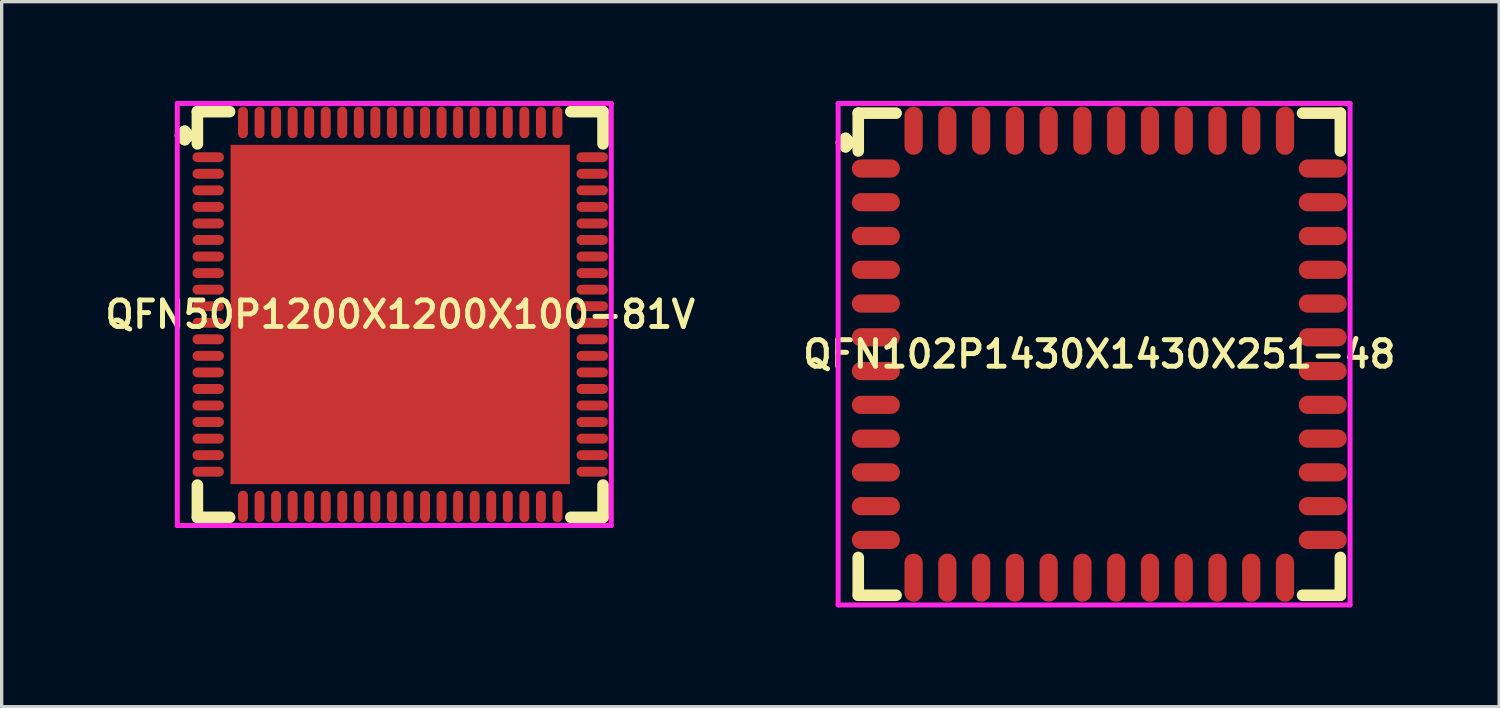
<source format=kicad_pcb>
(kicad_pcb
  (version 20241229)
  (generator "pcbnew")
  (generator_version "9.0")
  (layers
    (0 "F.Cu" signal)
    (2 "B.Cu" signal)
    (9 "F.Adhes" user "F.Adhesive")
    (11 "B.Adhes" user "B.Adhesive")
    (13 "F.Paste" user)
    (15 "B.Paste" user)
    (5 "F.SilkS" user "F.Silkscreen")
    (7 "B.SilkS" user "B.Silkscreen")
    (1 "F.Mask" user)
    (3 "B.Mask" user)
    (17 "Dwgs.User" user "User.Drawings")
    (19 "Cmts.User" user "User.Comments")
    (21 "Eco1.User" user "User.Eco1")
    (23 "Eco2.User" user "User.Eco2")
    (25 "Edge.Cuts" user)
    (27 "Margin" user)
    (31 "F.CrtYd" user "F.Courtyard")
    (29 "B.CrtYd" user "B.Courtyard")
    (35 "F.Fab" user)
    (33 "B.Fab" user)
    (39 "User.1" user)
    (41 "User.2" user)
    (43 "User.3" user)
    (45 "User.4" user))
  (footprint "QFN102P1430X1430X251-48"
    (layer "F.Cu")
    (at 30.159 7.65)
    (property "Reference" "QFN102P1430X1430X251-48" (at 0 0 0) (layer "F.SilkS") (effects (font (size 0.8 0.8) (thickness 0.15))))
    (attr smd)
    (fp_line (start -7.79 -6.393) (end -7.663 -6.52) (stroke (width 0.35) (type solid)) (layer "F.SilkS"))
    (fp_line (start -7.663 -6.52) (end -7.536 -6.393) (stroke (width 0.35) (type solid)) (layer "F.SilkS"))
    (fp_line (start -7.663 -6.266) (end -7.79 -6.393) (stroke (width 0.35) (type solid)) (layer "F.SilkS"))
    (fp_line (start -7.536 -6.393) (end -7.663 -6.266) (stroke (width 0.35) (type solid)) (layer "F.SilkS"))
    (fp_line (start -7.282 -7.282) (end -6.139 -7.282) (stroke (width 0.35) (type solid)) (layer "F.SilkS"))
    (fp_line (start -7.282 -6.139) (end -7.282 -7.282) (stroke (width 0.35) (type solid)) (layer "F.SilkS"))
    (fp_line (start -7.282 6.139) (end -7.282 7.282) (stroke (width 0.35) (type solid)) (layer "F.SilkS"))
    (fp_line (start -7.282 7.282) (end -6.139 7.282) (stroke (width 0.35) (type solid)) (layer "F.SilkS"))
    (fp_line (start 6.139 -7.282) (end 7.282 -7.282) (stroke (width 0.35) (type solid)) (layer "F.SilkS"))
    (fp_line (start 6.139 7.282) (end 7.282 7.282) (stroke (width 0.35) (type solid)) (layer "F.SilkS"))
    (fp_line (start 7.282 -7.282) (end 7.282 -6.139) (stroke (width 0.35) (type solid)) (layer "F.SilkS"))
    (fp_line (start 7.282 7.282) (end 7.282 6.139) (stroke (width 0.35) (type solid)) (layer "F.SilkS"))
    (fp_line (start -7.89 -7.575) (end 7.575 -7.575) (stroke (width 0.15) (type solid)) (layer "F.CrtYd"))
    (fp_line (start -7.89 7.575) (end -7.89 -7.575) (stroke (width 0.15) (type solid)) (layer "F.CrtYd"))
    (fp_line (start 7.575 -7.575) (end 7.575 7.575) (stroke (width 0.15) (type solid)) (layer "F.CrtYd"))
    (fp_line (start 7.575 7.575) (end -7.89 7.575) (stroke (width 0.15) (type solid)) (layer "F.CrtYd"))
    (pad "1" smd oval (at -6.75 -5.61) (size 1.45 0.55) (layers "F.Cu" "F.Mask" "F.Paste"))
    (pad "2" smd oval (at -6.75 -4.59) (size 1.45 0.55) (layers "F.Cu" "F.Mask" "F.Paste"))
    (pad "3" smd oval (at -6.75 -3.57) (size 1.45 0.55) (layers "F.Cu" "F.Mask" "F.Paste"))
    (pad "4" smd oval (at -6.75 -2.55) (size 1.45 0.55) (layers "F.Cu" "F.Mask" "F.Paste"))
    (pad "5" smd oval (at -6.75 -1.53) (size 1.45 0.55) (layers "F.Cu" "F.Mask" "F.Paste"))
    (pad "6" smd oval (at -6.75 -0.51) (size 1.45 0.55) (layers "F.Cu" "F.Mask" "F.Paste"))
    (pad "7" smd oval (at -6.75 0.51) (size 1.45 0.55) (layers "F.Cu" "F.Mask" "F.Paste"))
    (pad "8" smd oval (at -6.75 1.53) (size 1.45 0.55) (layers "F.Cu" "F.Mask" "F.Paste"))
    (pad "9" smd oval (at -6.75 2.55) (size 1.45 0.55) (layers "F.Cu" "F.Mask" "F.Paste"))
    (pad "10" smd oval (at -6.75 3.57) (size 1.45 0.55) (layers "F.Cu" "F.Mask" "F.Paste"))
    (pad "11" smd oval (at -6.75 4.59) (size 1.45 0.55) (layers "F.Cu" "F.Mask" "F.Paste"))
    (pad "12" smd oval (at -6.75 5.61) (size 1.45 0.55) (layers "F.Cu" "F.Mask" "F.Paste"))
    (pad "13" smd oval (at -5.61 6.75) (size 0.55 1.45) (layers "F.Cu" "F.Mask" "F.Paste"))
    (pad "14" smd oval (at -4.59 6.75) (size 0.55 1.45) (layers "F.Cu" "F.Mask" "F.Paste"))
    (pad "15" smd oval (at -3.57 6.75) (size 0.55 1.45) (layers "F.Cu" "F.Mask" "F.Paste"))
    (pad "16" smd oval (at -2.55 6.75) (size 0.55 1.45) (layers "F.Cu" "F.Mask" "F.Paste"))
    (pad "17" smd oval (at -1.53 6.75) (size 0.55 1.45) (layers "F.Cu" "F.Mask" "F.Paste"))
    (pad "18" smd oval (at -0.51 6.75) (size 0.55 1.45) (layers "F.Cu" "F.Mask" "F.Paste"))
    (pad "19" smd oval (at 0.51 6.75) (size 0.55 1.45) (layers "F.Cu" "F.Mask" "F.Paste"))
    (pad "20" smd oval (at 1.53 6.75) (size 0.55 1.45) (layers "F.Cu" "F.Mask" "F.Paste"))
    (pad "21" smd oval (at 2.55 6.75) (size 0.55 1.45) (layers "F.Cu" "F.Mask" "F.Paste"))
    (pad "22" smd oval (at 3.57 6.75) (size 0.55 1.45) (layers "F.Cu" "F.Mask" "F.Paste"))
    (pad "23" smd oval (at 4.59 6.75) (size 0.55 1.45) (layers "F.Cu" "F.Mask" "F.Paste"))
    (pad "24" smd oval (at 5.61 6.75) (size 0.55 1.45) (layers "F.Cu" "F.Mask" "F.Paste"))
    (pad "25" smd oval (at 6.75 5.61) (size 1.45 0.55) (layers "F.Cu" "F.Mask" "F.Paste"))
    (pad "26" smd oval (at 6.75 4.59) (size 1.45 0.55) (layers "F.Cu" "F.Mask" "F.Paste"))
    (pad "27" smd oval (at 6.75 3.57) (size 1.45 0.55) (layers "F.Cu" "F.Mask" "F.Paste"))
    (pad "28" smd oval (at 6.75 2.55) (size 1.45 0.55) (layers "F.Cu" "F.Mask" "F.Paste"))
    (pad "29" smd oval (at 6.75 1.53) (size 1.45 0.55) (layers "F.Cu" "F.Mask" "F.Paste"))
    (pad "30" smd oval (at 6.75 0.51) (size 1.45 0.55) (layers "F.Cu" "F.Mask" "F.Paste"))
    (pad "31" smd oval (at 6.75 -0.51) (size 1.45 0.55) (layers "F.Cu" "F.Mask" "F.Paste"))
    (pad "32" smd oval (at 6.75 -1.53) (size 1.45 0.55) (layers "F.Cu" "F.Mask" "F.Paste"))
    (pad "33" smd oval (at 6.75 -2.55) (size 1.45 0.55) (layers "F.Cu" "F.Mask" "F.Paste"))
    (pad "34" smd oval (at 6.75 -3.57) (size 1.45 0.55) (layers "F.Cu" "F.Mask" "F.Paste"))
    (pad "35" smd oval (at 6.75 -4.59) (size 1.45 0.55) (layers "F.Cu" "F.Mask" "F.Paste"))
    (pad "36" smd oval (at 6.75 -5.61) (size 1.45 0.55) (layers "F.Cu" "F.Mask" "F.Paste"))
    (pad "37" smd oval (at 5.61 -6.75) (size 0.55 1.45) (layers "F.Cu" "F.Mask" "F.Paste"))
    (pad "38" smd oval (at 4.59 -6.75) (size 0.55 1.45) (layers "F.Cu" "F.Mask" "F.Paste"))
    (pad "39" smd oval (at 3.57 -6.75) (size 0.55 1.45) (layers "F.Cu" "F.Mask" "F.Paste"))
    (pad "40" smd oval (at 2.55 -6.75) (size 0.55 1.45) (layers "F.Cu" "F.Mask" "F.Paste"))
    (pad "41" smd oval (at 1.53 -6.75) (size 0.55 1.45) (layers "F.Cu" "F.Mask" "F.Paste"))
    (pad "42" smd oval (at 0.51 -6.75) (size 0.55 1.45) (layers "F.Cu" "F.Mask" "F.Paste"))
    (pad "43" smd oval (at -0.51 -6.75) (size 0.55 1.45) (layers "F.Cu" "F.Mask" "F.Paste"))
    (pad "44" smd oval (at -1.53 -6.75) (size 0.55 1.45) (layers "F.Cu" "F.Mask" "F.Paste"))
    (pad "45" smd oval (at -2.55 -6.75) (size 0.55 1.45) (layers "F.Cu" "F.Mask" "F.Paste"))
    (pad "46" smd oval (at -3.57 -6.75) (size 0.55 1.45) (layers "F.Cu" "F.Mask" "F.Paste"))
    (pad "47" smd oval (at -4.59 -6.75) (size 0.55 1.45) (layers "F.Cu" "F.Mask" "F.Paste"))
    (pad "48" smd oval (at -5.61 -6.75) (size 0.55 1.45) (layers "F.Cu" "F.Mask" "F.Paste")))
  (footprint "QFN50P1200X1200X100-81V"
    (layer "F.Cu")
    (at 9.04 6.45)
    (property "Reference" "QFN50P1200X1200X100-81V" (at 0 0 0) (layer "F.SilkS") (effects (font (size 0.8 0.8) (thickness 0.15))))
    (attr smd)
    (fp_line (start -6.635 -5.408) (end -6.508 -5.535) (stroke (width 0.35) (type solid)) (layer "F.SilkS"))
    (fp_line (start -6.508 -5.535) (end -6.381 -5.408) (stroke (width 0.35) (type solid)) (layer "F.SilkS"))
    (fp_line (start -6.508 -5.281) (end -6.635 -5.408) (stroke (width 0.35) (type solid)) (layer "F.SilkS"))
    (fp_line (start -6.381 -5.408) (end -6.508 -5.281) (stroke (width 0.35) (type solid)) (layer "F.SilkS"))
    (fp_line (start -6.127 -6.127) (end -5.154 -6.127) (stroke (width 0.35) (type solid)) (layer "F.SilkS"))
    (fp_line (start -6.127 -5.154) (end -6.127 -6.127) (stroke (width 0.35) (type solid)) (layer "F.SilkS"))
    (fp_line (start -6.127 5.154) (end -6.127 6.127) (stroke (width 0.35) (type solid)) (layer "F.SilkS"))
    (fp_line (start -6.127 6.127) (end -5.154 6.127) (stroke (width 0.35) (type solid)) (layer "F.SilkS"))
    (fp_line (start 5.154 -6.127) (end 6.127 -6.127) (stroke (width 0.35) (type solid)) (layer "F.SilkS"))
    (fp_line (start 5.154 6.127) (end 6.127 6.127) (stroke (width 0.35) (type solid)) (layer "F.SilkS"))
    (fp_line (start 6.127 -6.127) (end 6.127 -5.154) (stroke (width 0.35) (type solid)) (layer "F.SilkS"))
    (fp_line (start 6.127 6.127) (end 6.127 5.154) (stroke (width 0.35) (type solid)) (layer "F.SilkS"))
    (fp_line (start -6.735 -6.375) (end 6.375 -6.375) (stroke (width 0.15) (type solid)) (layer "F.CrtYd"))
    (fp_line (start -6.735 6.375) (end -6.735 -6.375) (stroke (width 0.15) (type solid)) (layer "F.CrtYd"))
    (fp_line (start 6.375 -6.375) (end 6.375 6.375) (stroke (width 0.15) (type solid)) (layer "F.CrtYd"))
    (fp_line (start 6.375 6.375) (end -6.735 6.375) (stroke (width 0.15) (type solid)) (layer "F.CrtYd"))
    (pad "1" smd oval (at -5.8 -4.75) (size 0.95 0.3) (layers "F.Cu" "F.Mask" "F.Paste"))
    (pad "2" smd oval (at -5.8 -4.25) (size 0.95 0.3) (layers "F.Cu" "F.Mask" "F.Paste"))
    (pad "3" smd oval (at -5.8 -3.75) (size 0.95 0.3) (layers "F.Cu" "F.Mask" "F.Paste"))
    (pad "4" smd oval (at -5.8 -3.25) (size 0.95 0.3) (layers "F.Cu" "F.Mask" "F.Paste"))
    (pad "5" smd oval (at -5.8 -2.75) (size 0.95 0.3) (layers "F.Cu" "F.Mask" "F.Paste"))
    (pad "6" smd oval (at -5.8 -2.25) (size 0.95 0.3) (layers "F.Cu" "F.Mask" "F.Paste"))
    (pad "7" smd oval (at -5.8 -1.75) (size 0.95 0.3) (layers "F.Cu" "F.Mask" "F.Paste"))
    (pad "8" smd oval (at -5.8 -1.25) (size 0.95 0.3) (layers "F.Cu" "F.Mask" "F.Paste"))
    (pad "9" smd oval (at -5.8 -0.75) (size 0.95 0.3) (layers "F.Cu" "F.Mask" "F.Paste"))
    (pad "10" smd oval (at -5.8 -0.25) (size 0.95 0.3) (layers "F.Cu" "F.Mask" "F.Paste"))
    (pad "11" smd oval (at -5.8 0.25) (size 0.95 0.3) (layers "F.Cu" "F.Mask" "F.Paste"))
    (pad "12" smd oval (at -5.8 0.75) (size 0.95 0.3) (layers "F.Cu" "F.Mask" "F.Paste"))
    (pad "13" smd oval (at -5.8 1.25) (size 0.95 0.3) (layers "F.Cu" "F.Mask" "F.Paste"))
    (pad "14" smd oval (at -5.8 1.75) (size 0.95 0.3) (layers "F.Cu" "F.Mask" "F.Paste"))
    (pad "15" smd oval (at -5.8 2.25) (size 0.95 0.3) (layers "F.Cu" "F.Mask" "F.Paste"))
    (pad "16" smd oval (at -5.8 2.75) (size 0.95 0.3) (layers "F.Cu" "F.Mask" "F.Paste"))
    (pad "17" smd oval (at -5.8 3.25) (size 0.95 0.3) (layers "F.Cu" "F.Mask" "F.Paste"))
    (pad "18" smd oval (at -5.8 3.75) (size 0.95 0.3) (layers "F.Cu" "F.Mask" "F.Paste"))
    (pad "19" smd oval (at -5.8 4.25) (size 0.95 0.3) (layers "F.Cu" "F.Mask" "F.Paste"))
    (pad "20" smd oval (at -5.8 4.75) (size 0.95 0.3) (layers "F.Cu" "F.Mask" "F.Paste"))
    (pad "21" smd oval (at -4.75 5.8) (size 0.3 0.95) (layers "F.Cu" "F.Mask" "F.Paste"))
    (pad "22" smd oval (at -4.25 5.8) (size 0.3 0.95) (layers "F.Cu" "F.Mask" "F.Paste"))
    (pad "23" smd oval (at -3.75 5.8) (size 0.3 0.95) (layers "F.Cu" "F.Mask" "F.Paste"))
    (pad "24" smd oval (at -3.25 5.8) (size 0.3 0.95) (layers "F.Cu" "F.Mask" "F.Paste"))
    (pad "25" smd oval (at -2.75 5.8) (size 0.3 0.95) (layers "F.Cu" "F.Mask" "F.Paste"))
    (pad "26" smd oval (at -2.25 5.8) (size 0.3 0.95) (layers "F.Cu" "F.Mask" "F.Paste"))
    (pad "27" smd oval (at -1.75 5.8) (size 0.3 0.95) (layers "F.Cu" "F.Mask" "F.Paste"))
    (pad "28" smd oval (at -1.25 5.8) (size 0.3 0.95) (layers "F.Cu" "F.Mask" "F.Paste"))
    (pad "29" smd oval (at -0.75 5.8) (size 0.3 0.95) (layers "F.Cu" "F.Mask" "F.Paste"))
    (pad "30" smd oval (at -0.25 5.8) (size 0.3 0.95) (layers "F.Cu" "F.Mask" "F.Paste"))
    (pad "31" smd oval (at 0.25 5.8) (size 0.3 0.95) (layers "F.Cu" "F.Mask" "F.Paste"))
    (pad "32" smd oval (at 0.75 5.8) (size 0.3 0.95) (layers "F.Cu" "F.Mask" "F.Paste"))
    (pad "33" smd oval (at 1.25 5.8) (size 0.3 0.95) (layers "F.Cu" "F.Mask" "F.Paste"))
    (pad "34" smd oval (at 1.75 5.8) (size 0.3 0.95) (layers "F.Cu" "F.Mask" "F.Paste"))
    (pad "35" smd oval (at 2.25 5.8) (size 0.3 0.95) (layers "F.Cu" "F.Mask" "F.Paste"))
    (pad "36" smd oval (at 2.75 5.8) (size 0.3 0.95) (layers "F.Cu" "F.Mask" "F.Paste"))
    (pad "37" smd oval (at 3.25 5.8) (size 0.3 0.95) (layers "F.Cu" "F.Mask" "F.Paste"))
    (pad "38" smd oval (at 3.75 5.8) (size 0.3 0.95) (layers "F.Cu" "F.Mask" "F.Paste"))
    (pad "39" smd oval (at 4.25 5.8) (size 0.3 0.95) (layers "F.Cu" "F.Mask" "F.Paste"))
    (pad "40" smd oval (at 4.75 5.8) (size 0.3 0.95) (layers "F.Cu" "F.Mask" "F.Paste"))
    (pad "41" smd oval (at 5.8 4.75) (size 0.95 0.3) (layers "F.Cu" "F.Mask" "F.Paste"))
    (pad "42" smd oval (at 5.8 4.25) (size 0.95 0.3) (layers "F.Cu" "F.Mask" "F.Paste"))
    (pad "43" smd oval (at 5.8 3.75) (size 0.95 0.3) (layers "F.Cu" "F.Mask" "F.Paste"))
    (pad "44" smd oval (at 5.8 3.25) (size 0.95 0.3) (layers "F.Cu" "F.Mask" "F.Paste"))
    (pad "45" smd oval (at 5.8 2.75) (size 0.95 0.3) (layers "F.Cu" "F.Mask" "F.Paste"))
    (pad "46" smd oval (at 5.8 2.25) (size 0.95 0.3) (layers "F.Cu" "F.Mask" "F.Paste"))
    (pad "47" smd oval (at 5.8 1.75) (size 0.95 0.3) (layers "F.Cu" "F.Mask" "F.Paste"))
    (pad "48" smd oval (at 5.8 1.25) (size 0.95 0.3) (layers "F.Cu" "F.Mask" "F.Paste"))
    (pad "49" smd oval (at 5.8 0.75) (size 0.95 0.3) (layers "F.Cu" "F.Mask" "F.Paste"))
    (pad "50" smd oval (at 5.8 0.25) (size 0.95 0.3) (layers "F.Cu" "F.Mask" "F.Paste"))
    (pad "51" smd oval (at 5.8 -0.25) (size 0.95 0.3) (layers "F.Cu" "F.Mask" "F.Paste"))
    (pad "52" smd oval (at 5.8 -0.75) (size 0.95 0.3) (layers "F.Cu" "F.Mask" "F.Paste"))
    (pad "53" smd oval (at 5.8 -1.25) (size 0.95 0.3) (layers "F.Cu" "F.Mask" "F.Paste"))
    (pad "54" smd oval (at 5.8 -1.75) (size 0.95 0.3) (layers "F.Cu" "F.Mask" "F.Paste"))
    (pad "55" smd oval (at 5.8 -2.25) (size 0.95 0.3) (layers "F.Cu" "F.Mask" "F.Paste"))
    (pad "56" smd oval (at 5.8 -2.75) (size 0.95 0.3) (layers "F.Cu" "F.Mask" "F.Paste"))
    (pad "57" smd oval (at 5.8 -3.25) (size 0.95 0.3) (layers "F.Cu" "F.Mask" "F.Paste"))
    (pad "58" smd oval (at 5.8 -3.75) (size 0.95 0.3) (layers "F.Cu" "F.Mask" "F.Paste"))
    (pad "59" smd oval (at 5.8 -4.25) (size 0.95 0.3) (layers "F.Cu" "F.Mask" "F.Paste"))
    (pad "60" smd oval (at 5.8 -4.75) (size 0.95 0.3) (layers "F.Cu" "F.Mask" "F.Paste"))
    (pad "61" smd oval (at 4.75 -5.8) (size 0.3 0.95) (layers "F.Cu" "F.Mask" "F.Paste"))
    (pad "62" smd oval (at 4.25 -5.8) (size 0.3 0.95) (layers "F.Cu" "F.Mask" "F.Paste"))
    (pad "63" smd oval (at 3.75 -5.8) (size 0.3 0.95) (layers "F.Cu" "F.Mask" "F.Paste"))
    (pad "64" smd oval (at 3.25 -5.8) (size 0.3 0.95) (layers "F.Cu" "F.Mask" "F.Paste"))
    (pad "65" smd oval (at 2.75 -5.8) (size 0.3 0.95) (layers "F.Cu" "F.Mask" "F.Paste"))
    (pad "66" smd oval (at 2.25 -5.8) (size 0.3 0.95) (layers "F.Cu" "F.Mask" "F.Paste"))
    (pad "67" smd oval (at 1.75 -5.8) (size 0.3 0.95) (layers "F.Cu" "F.Mask" "F.Paste"))
    (pad "68" smd oval (at 1.25 -5.8) (size 0.3 0.95) (layers "F.Cu" "F.Mask" "F.Paste"))
    (pad "69" smd oval (at 0.75 -5.8) (size 0.3 0.95) (layers "F.Cu" "F.Mask" "F.Paste"))
    (pad "70" smd oval (at 0.25 -5.8) (size 0.3 0.95) (layers "F.Cu" "F.Mask" "F.Paste"))
    (pad "71" smd oval (at -0.25 -5.8) (size 0.3 0.95) (layers "F.Cu" "F.Mask" "F.Paste"))
    (pad "72" smd oval (at -0.75 -5.8) (size 0.3 0.95) (layers "F.Cu" "F.Mask" "F.Paste"))
    (pad "73" smd oval (at -1.25 -5.8) (size 0.3 0.95) (layers "F.Cu" "F.Mask" "F.Paste"))
    (pad "74" smd oval (at -1.75 -5.8) (size 0.3 0.95) (layers "F.Cu" "F.Mask" "F.Paste"))
    (pad "75" smd oval (at -2.25 -5.8) (size 0.3 0.95) (layers "F.Cu" "F.Mask" "F.Paste"))
    (pad "76" smd oval (at -2.75 -5.8) (size 0.3 0.95) (layers "F.Cu" "F.Mask" "F.Paste"))
    (pad "77" smd oval (at -3.25 -5.8) (size 0.3 0.95) (layers "F.Cu" "F.Mask" "F.Paste"))
    (pad "78" smd oval (at -3.75 -5.8) (size 0.3 0.95) (layers "F.Cu" "F.Mask" "F.Paste"))
    (pad "79" smd oval (at -4.25 -5.8) (size 0.3 0.95) (layers "F.Cu" "F.Mask" "F.Paste"))
    (pad "80" smd oval (at -4.75 -5.8) (size 0.3 0.95) (layers "F.Cu" "F.Mask" "F.Paste"))
    (pad "81" smd rect (at 0 0) (size 10.25 10.25) (layers "F.Cu" "F.Mask" "F.Paste")))
  (gr_rect
    (start -3 -3)
    (end 42.237 18.3)
    (stroke (width 0.1) (type default))
    (fill no)
    (layer "Edge.Cuts")))
</source>
